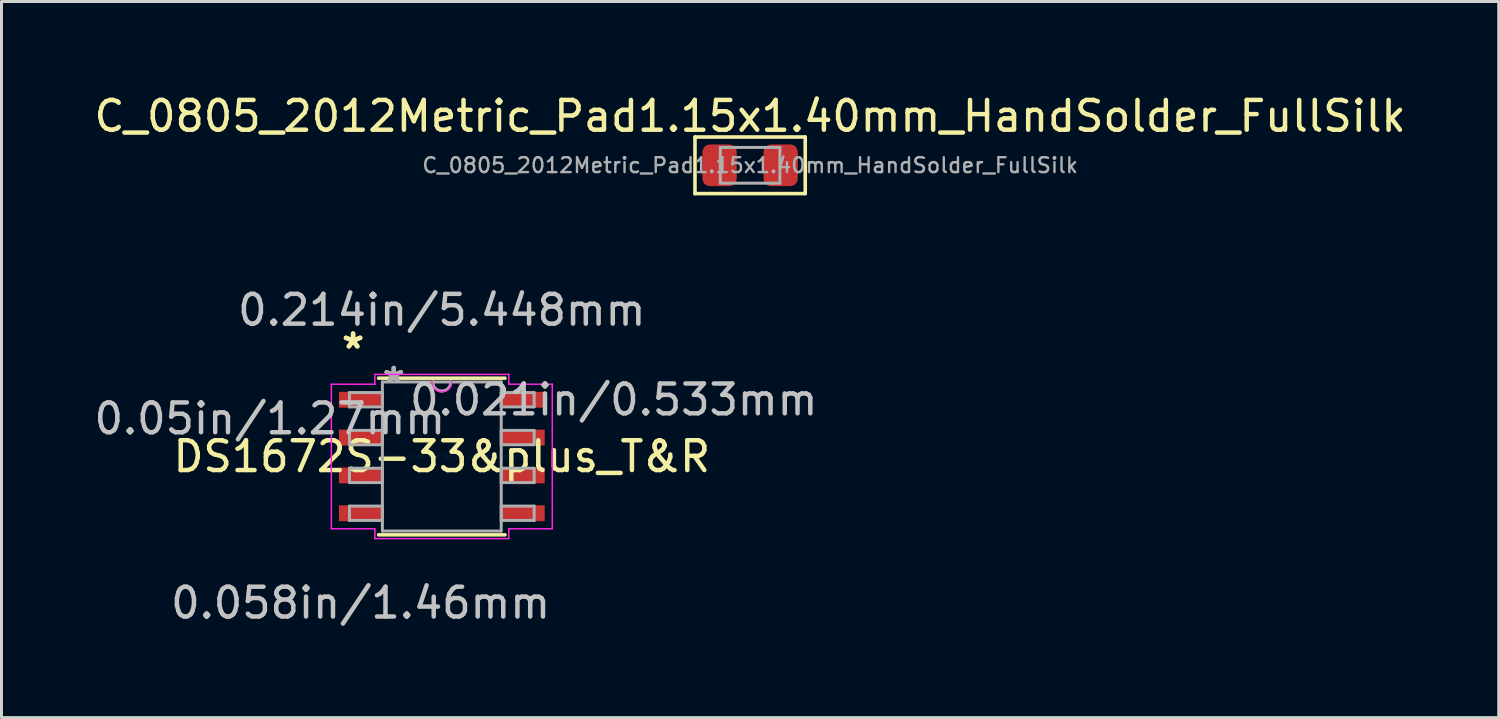
<source format=kicad_pcb>
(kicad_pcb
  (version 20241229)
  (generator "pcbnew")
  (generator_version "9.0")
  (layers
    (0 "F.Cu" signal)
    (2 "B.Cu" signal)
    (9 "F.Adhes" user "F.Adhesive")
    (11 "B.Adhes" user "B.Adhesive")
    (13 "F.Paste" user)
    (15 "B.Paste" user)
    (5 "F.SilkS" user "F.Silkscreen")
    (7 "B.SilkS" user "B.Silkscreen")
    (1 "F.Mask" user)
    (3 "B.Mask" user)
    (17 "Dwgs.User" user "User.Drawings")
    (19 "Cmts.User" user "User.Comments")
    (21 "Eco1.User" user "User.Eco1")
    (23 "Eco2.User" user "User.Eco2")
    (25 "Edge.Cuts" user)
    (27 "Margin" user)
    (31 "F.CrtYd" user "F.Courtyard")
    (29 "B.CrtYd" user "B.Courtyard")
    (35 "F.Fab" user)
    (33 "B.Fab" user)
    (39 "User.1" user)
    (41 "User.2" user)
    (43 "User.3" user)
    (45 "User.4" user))
  (footprint "DS1672S-33&plus_T&R"
    (layer "F.Cu")
    (at 11.778 12.271)
    (property "Reference" "DS1672S-33&plus_T&R" (at 0 0 0) (layer "F.SilkS") (effects (font (size 1 1) (thickness 0.15))))
    (attr through_hole)
    (fp_line (start -2.121 2.629) (end 2.121 2.629) (stroke (width 0.12) (type solid)) (layer "F.SilkS"))
    (fp_line (start 2.121 -2.629) (end -2.121 -2.629) (stroke (width 0.12) (type solid)) (layer "F.SilkS"))
    (fp_line (start -3.708 -2.426) (end -2.248 -2.426) (stroke (width 0.05) (type solid)) (layer "F.CrtYd"))
    (fp_line (start -3.708 2.426) (end -3.708 -2.426) (stroke (width 0.05) (type solid)) (layer "F.CrtYd"))
    (fp_line (start -2.248 -2.756) (end 2.248 -2.756) (stroke (width 0.05) (type solid)) (layer "F.CrtYd"))
    (fp_line (start -2.248 -2.426) (end -2.248 -2.756) (stroke (width 0.05) (type solid)) (layer "F.CrtYd"))
    (fp_line (start -2.248 2.426) (end -3.708 2.426) (stroke (width 0.05) (type solid)) (layer "F.CrtYd"))
    (fp_line (start -2.248 2.756) (end -2.248 2.426) (stroke (width 0.05) (type solid)) (layer "F.CrtYd"))
    (fp_line (start 2.248 -2.756) (end 2.248 -2.426) (stroke (width 0.05) (type solid)) (layer "F.CrtYd"))
    (fp_line (start 2.248 -2.426) (end 3.708 -2.426) (stroke (width 0.05) (type solid)) (layer "F.CrtYd"))
    (fp_line (start 2.248 2.426) (end 2.248 2.756) (stroke (width 0.05) (type solid)) (layer "F.CrtYd"))
    (fp_line (start 2.248 2.756) (end -2.248 2.756) (stroke (width 0.05) (type solid)) (layer "F.CrtYd"))
    (fp_line (start 3.708 -2.426) (end 3.708 2.426) (stroke (width 0.05) (type solid)) (layer "F.CrtYd"))
    (fp_line (start 3.708 2.426) (end 2.248 2.426) (stroke (width 0.05) (type solid)) (layer "F.CrtYd"))
    (fp_arc (start 0.332317 -2.5019) (mid 0 -2.169583) (end -0.332317 -2.5019) (stroke (width 0.05) (type solid)) (layer "F.CrtYd"))
    (fp_line (start -3.099 -2.146) (end -3.099 -1.664) (stroke (width 0.1) (type solid)) (layer "F.Fab"))
    (fp_line (start -3.099 -1.664) (end -1.994 -1.664) (stroke (width 0.1) (type solid)) (layer "F.Fab"))
    (fp_line (start -3.099 -0.876) (end -3.099 -0.394) (stroke (width 0.1) (type solid)) (layer "F.Fab"))
    (fp_line (start -3.099 -0.394) (end -1.994 -0.394) (stroke (width 0.1) (type solid)) (layer "F.Fab"))
    (fp_line (start -3.099 0.394) (end -3.099 0.876) (stroke (width 0.1) (type solid)) (layer "F.Fab"))
    (fp_line (start -3.099 0.876) (end -1.994 0.876) (stroke (width 0.1) (type solid)) (layer "F.Fab"))
    (fp_line (start -3.099 1.664) (end -3.099 2.146) (stroke (width 0.1) (type solid)) (layer "F.Fab"))
    (fp_line (start -3.099 2.146) (end -1.994 2.146) (stroke (width 0.1) (type solid)) (layer "F.Fab"))
    (fp_line (start -1.994 -2.502) (end -1.994 2.502) (stroke (width 0.1) (type solid)) (layer "F.Fab"))
    (fp_line (start -1.994 -2.146) (end -3.099 -2.146) (stroke (width 0.1) (type solid)) (layer "F.Fab"))
    (fp_line (start -1.994 -1.664) (end -1.994 -2.146) (stroke (width 0.1) (type solid)) (layer "F.Fab"))
    (fp_line (start -1.994 -0.876) (end -3.099 -0.876) (stroke (width 0.1) (type solid)) (layer "F.Fab"))
    (fp_line (start -1.994 -0.394) (end -1.994 -0.876) (stroke (width 0.1) (type solid)) (layer "F.Fab"))
    (fp_line (start -1.994 0.394) (end -3.099 0.394) (stroke (width 0.1) (type solid)) (layer "F.Fab"))
    (fp_line (start -1.994 0.876) (end -1.994 0.394) (stroke (width 0.1) (type solid)) (layer "F.Fab"))
    (fp_line (start -1.994 1.664) (end -3.099 1.664) (stroke (width 0.1) (type solid)) (layer "F.Fab"))
    (fp_line (start -1.994 2.146) (end -1.994 1.664) (stroke (width 0.1) (type solid)) (layer "F.Fab"))
    (fp_line (start -1.994 2.502) (end 1.994 2.502) (stroke (width 0.1) (type solid)) (layer "F.Fab"))
    (fp_line (start 1.994 -2.502) (end -1.994 -2.502) (stroke (width 0.1) (type solid)) (layer "F.Fab"))
    (fp_line (start 1.994 -2.146) (end 1.994 -1.664) (stroke (width 0.1) (type solid)) (layer "F.Fab"))
    (fp_line (start 1.994 -1.664) (end 3.099 -1.664) (stroke (width 0.1) (type solid)) (layer "F.Fab"))
    (fp_line (start 1.994 -0.876) (end 1.994 -0.394) (stroke (width 0.1) (type solid)) (layer "F.Fab"))
    (fp_line (start 1.994 -0.394) (end 3.099 -0.394) (stroke (width 0.1) (type solid)) (layer "F.Fab"))
    (fp_line (start 1.994 0.394) (end 1.994 0.876) (stroke (width 0.1) (type solid)) (layer "F.Fab"))
    (fp_line (start 1.994 0.876) (end 3.099 0.876) (stroke (width 0.1) (type solid)) (layer "F.Fab"))
    (fp_line (start 1.994 1.664) (end 1.994 2.146) (stroke (width 0.1) (type solid)) (layer "F.Fab"))
    (fp_line (start 1.994 2.146) (end 3.099 2.146) (stroke (width 0.1) (type solid)) (layer "F.Fab"))
    (fp_line (start 1.994 2.502) (end 1.994 -2.502) (stroke (width 0.1) (type solid)) (layer "F.Fab"))
    (fp_line (start 3.099 -2.146) (end 1.994 -2.146) (stroke (width 0.1) (type solid)) (layer "F.Fab"))
    (fp_line (start 3.099 -1.664) (end 3.099 -2.146) (stroke (width 0.1) (type solid)) (layer "F.Fab"))
    (fp_line (start 3.099 -0.876) (end 1.994 -0.876) (stroke (width 0.1) (type solid)) (layer "F.Fab"))
    (fp_line (start 3.099 -0.394) (end 3.099 -0.876) (stroke (width 0.1) (type solid)) (layer "F.Fab"))
    (fp_line (start 3.099 0.394) (end 1.994 0.394) (stroke (width 0.1) (type solid)) (layer "F.Fab"))
    (fp_line (start 3.099 0.876) (end 3.099 0.394) (stroke (width 0.1) (type solid)) (layer "F.Fab"))
    (fp_line (start 3.099 1.664) (end 1.994 1.664) (stroke (width 0.1) (type solid)) (layer "F.Fab"))
    (fp_line (start 3.099 2.146) (end 3.099 1.664) (stroke (width 0.1) (type solid)) (layer "F.Fab"))
    (fp_arc (start 0.3048 -2.5019) (mid 0 -2.1971) (end -0.3048 -2.5019) (stroke (width 0.1) (type solid)) (layer "F.Fab"))
    (fp_text user "*" (at -2.978 -3.581 0) (layer "F.SilkS") (effects (font (size 1 1) (thickness 0.15))))
    (fp_text user "*" (at -2.978 -3.581 0) (layer "F.SilkS") (effects (font (size 1 1) (thickness 0.15))))
    (fp_text user "0.058in/1.46mm" (at -2.724 4.915 0) (layer "Dwgs.User") (effects (font (size 1 1) (thickness 0.15))))
    (fp_text user "0.021in/0.533mm" (at 5.772 -1.905 0) (layer "Dwgs.User") (effects (font (size 1 1) (thickness 0.15))))
    (fp_text user "0.214in/5.448mm" (at 0 -4.915 0) (layer "Dwgs.User") (effects (font (size 1 1) (thickness 0.15))))
    (fp_text user "0.05in/1.27mm" (at -5.772 -1.27 0) (layer "Dwgs.User") (effects (font (size 1 1) (thickness 0.15))))
    (fp_text user "Copyright 2021 Accelerated Designs. All rights reserved." (at 0 0 0) (layer "Cmts.User") (effects (font (size 0.127 0.127) (thickness 0.002))))
    (fp_text user "*" (at -1.613 -2.426 0) (layer "F.Fab") (effects (font (size 1 1) (thickness 0.15))))
    (fp_text user "*" (at -1.613 -2.426 0) (layer "F.Fab") (effects (font (size 1 1) (thickness 0.15))))
    (pad "1" smd rect (at -2.724 -1.905) (size 1.46 0.533) (layers "F.Cu" "F.Mask" "F.Paste"))
    (pad "2" smd rect (at -2.724 -0.635) (size 1.46 0.533) (layers "F.Cu" "F.Mask" "F.Paste"))
    (pad "3" smd rect (at -2.724 0.635) (size 1.46 0.533) (layers "F.Cu" "F.Mask" "F.Paste"))
    (pad "4" smd rect (at -2.724 1.905) (size 1.46 0.533) (layers "F.Cu" "F.Mask" "F.Paste"))
    (pad "5" smd rect (at 2.724 1.905) (size 1.46 0.533) (layers "F.Cu" "F.Mask" "F.Paste"))
    (pad "6" smd rect (at 2.724 0.635) (size 1.46 0.533) (layers "F.Cu" "F.Mask" "F.Paste"))
    (pad "7" smd rect (at 2.724 -0.635) (size 1.46 0.533) (layers "F.Cu" "F.Mask" "F.Paste"))
    (pad "8" smd rect (at 2.724 -1.905) (size 1.46 0.533) (layers "F.Cu" "F.Mask" "F.Paste")))
  (footprint "C_0805_2012Metric_Pad1.15x1.40mm_HandSolder_FullSilk"
    (layer "F.Cu")
    (at 22.125 2.498)
    (property "Reference" "C_0805_2012Metric_Pad1.15x1.40mm_HandSolder_FullSilk" (at 0 -1.65 0) (layer "F.SilkS") (effects (font (size 1 1) (thickness 0.15))))
    (attr smd)
    (fp_line (start -1.85 -0.95) (end 1.85 -0.95) (stroke (width 0.12) (type solid)) (layer "F.SilkS"))
    (fp_line (start -1.85 0.95) (end -1.85 -0.95) (stroke (width 0.12) (type solid)) (layer "F.SilkS"))
    (fp_line (start 1.85 -0.95) (end 1.85 0.95) (stroke (width 0.12) (type solid)) (layer "F.SilkS"))
    (fp_line (start 1.85 0.95) (end -1.85 0.95) (stroke (width 0.12) (type solid)) (layer "F.SilkS"))
    (fp_line (start -1 -0.6) (end 1 -0.6) (stroke (width 0.1) (type solid)) (layer "F.Fab"))
    (fp_line (start -1 0.6) (end -1 -0.6) (stroke (width 0.1) (type solid)) (layer "F.Fab"))
    (fp_line (start 1 -0.6) (end 1 0.6) (stroke (width 0.1) (type solid)) (layer "F.Fab"))
    (fp_line (start 1 0.6) (end -1 0.6) (stroke (width 0.1) (type solid)) (layer "F.Fab"))
    (fp_text user "${REFERENCE}" (at 0 0 0) (layer "F.Fab") (effects (font (size 0.5 0.5) (thickness 0.08))))
    (pad "1" smd roundrect (at -1.025 0) (size 1.15 1.4) (layers "F.Cu" "F.Mask" "F.Paste") (roundrect_rratio 0.217))
    (pad "2" smd roundrect (at 1.025 0) (size 1.15 1.4) (layers "F.Cu" "F.Mask" "F.Paste") (roundrect_rratio 0.217)))
  (gr_rect
    (start -3 -3)
    (end 47.25 21.035)
    (stroke (width 0.1) (type default))
    (fill no)
    (layer "Edge.Cuts")))
</source>
